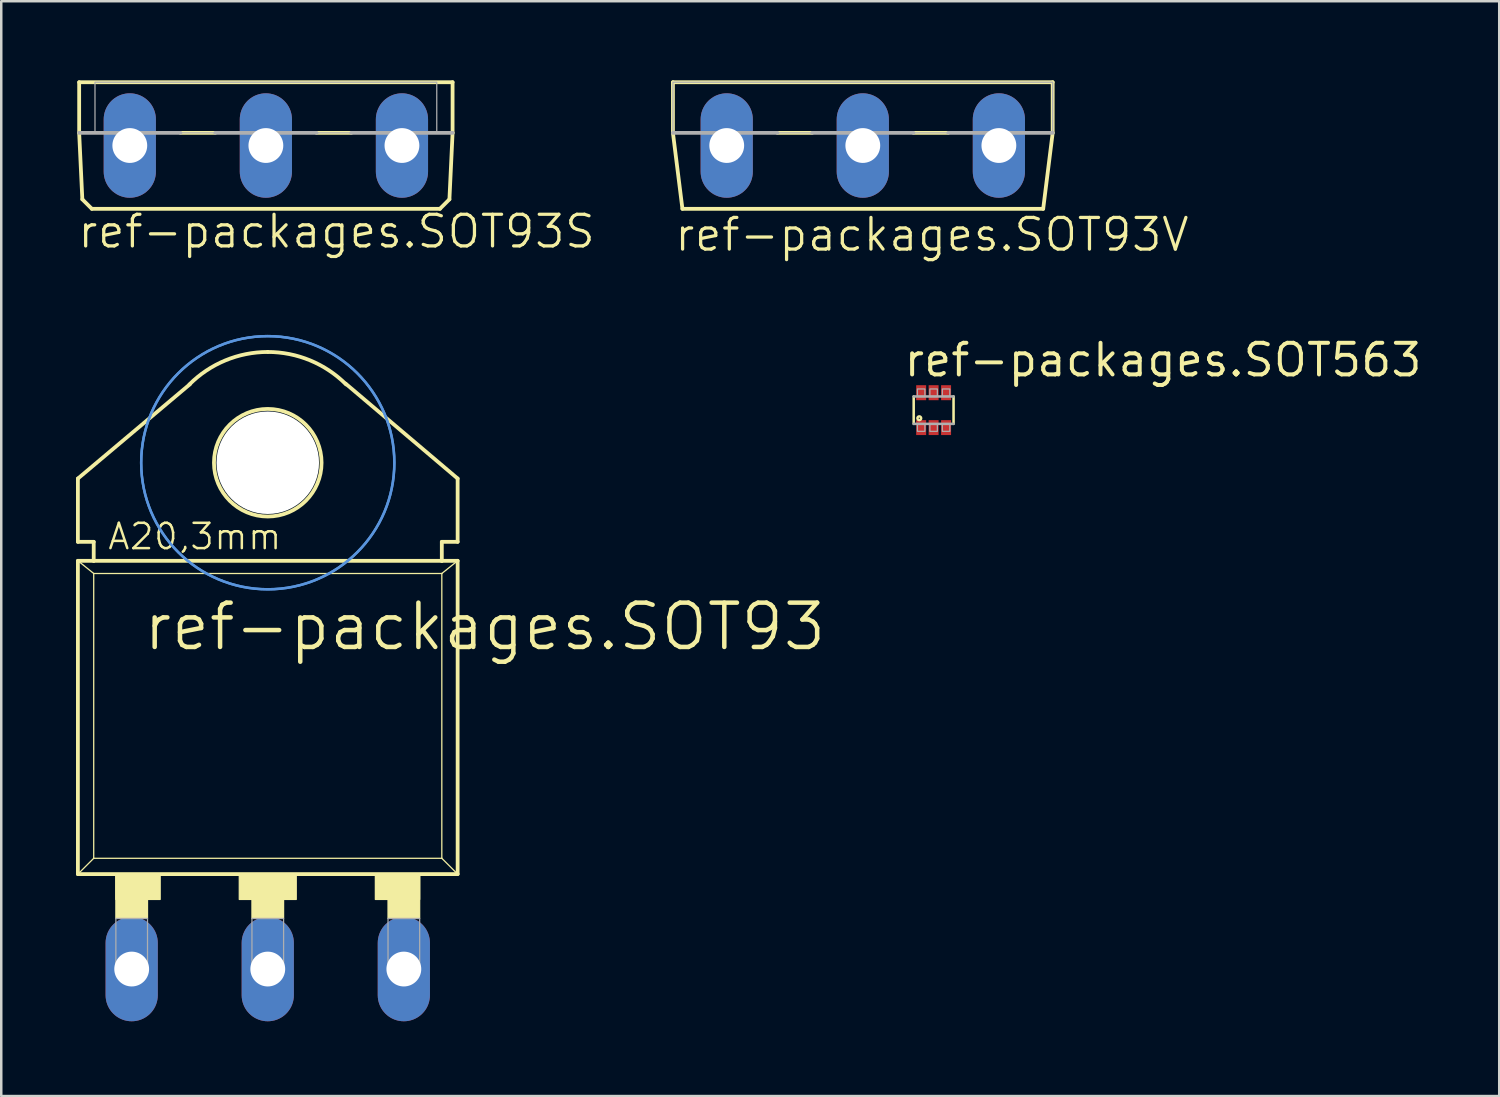
<source format=kicad_pcb>
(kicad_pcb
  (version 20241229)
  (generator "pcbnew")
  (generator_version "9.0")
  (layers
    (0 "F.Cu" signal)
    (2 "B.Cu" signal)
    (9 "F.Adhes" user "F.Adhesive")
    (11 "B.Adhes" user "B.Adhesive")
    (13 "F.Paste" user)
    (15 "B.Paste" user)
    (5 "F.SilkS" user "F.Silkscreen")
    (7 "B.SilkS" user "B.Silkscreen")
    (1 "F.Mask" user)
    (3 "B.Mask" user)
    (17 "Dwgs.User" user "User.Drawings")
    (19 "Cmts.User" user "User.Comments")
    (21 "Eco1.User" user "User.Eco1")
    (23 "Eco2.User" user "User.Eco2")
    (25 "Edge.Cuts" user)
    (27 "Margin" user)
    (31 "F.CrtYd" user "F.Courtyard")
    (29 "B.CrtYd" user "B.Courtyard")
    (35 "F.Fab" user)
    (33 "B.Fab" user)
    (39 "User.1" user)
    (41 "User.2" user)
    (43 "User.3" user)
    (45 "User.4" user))
  (footprint "ref-packages.SOT93"
    (layer "F.Cu")
    (at 7.696 25.68)
    (property "Reference" "ref-packages.SOT93" (at -5.08 -2.54 0) (layer "F.SilkS") (effects (font (size 1.778 1.778) (thickness 0.18)) (justify left bottom)))
    (attr through_hole)
    (fp_line (start -7.62 -9.525) (end -3.124 -13.31) (stroke (width 0.152) (type default)) (layer "F.SilkS"))
    (fp_line (start -7.62 -6.985) (end -7.62 -9.525) (stroke (width 0.152) (type default)) (layer "F.SilkS"))
    (fp_line (start -7.62 6.35) (end -7.62 -6.223) (stroke (width 0.152) (type default)) (layer "F.SilkS"))
    (fp_line (start -7.62 6.35) (end 7.62 6.35) (stroke (width 0.152) (type default)) (layer "F.SilkS"))
    (fp_line (start -6.985 -6.985) (end -7.62 -6.985) (stroke (width 0.152) (type default)) (layer "F.SilkS"))
    (fp_line (start -6.985 -6.223) (end -7.62 -6.223) (stroke (width 0.152) (type default)) (layer "F.SilkS"))
    (fp_line (start -6.985 -6.223) (end -6.985 -6.985) (stroke (width 0.152) (type default)) (layer "F.SilkS"))
    (fp_line (start -6.985 -5.715) (end -7.62 -6.225) (stroke (width 0.051) (type default)) (layer "F.SilkS"))
    (fp_line (start -6.985 5.715) (end -7.62 6.35) (stroke (width 0.051) (type default)) (layer "F.SilkS"))
    (fp_line (start -6.985 5.715) (end -6.985 -5.715) (stroke (width 0.051) (type default)) (layer "F.SilkS"))
    (fp_line (start -6.985 5.715) (end 6.985 5.715) (stroke (width 0.051) (type default)) (layer "F.SilkS"))
    (fp_line (start 6.985 -6.985) (end 7.62 -6.985) (stroke (width 0.152) (type default)) (layer "F.SilkS"))
    (fp_line (start 6.985 -6.223) (end -6.985 -6.223) (stroke (width 0.152) (type default)) (layer "F.SilkS"))
    (fp_line (start 6.985 -6.223) (end 6.985 -6.985) (stroke (width 0.152) (type default)) (layer "F.SilkS"))
    (fp_line (start 6.985 -5.715) (end -6.985 -5.715) (stroke (width 0.051) (type default)) (layer "F.SilkS"))
    (fp_line (start 6.985 -5.715) (end 6.985 5.715) (stroke (width 0.051) (type default)) (layer "F.SilkS"))
    (fp_line (start 6.985 -5.715) (end 7.62 -6.225) (stroke (width 0.051) (type default)) (layer "F.SilkS"))
    (fp_line (start 6.985 5.715) (end 7.62 6.35) (stroke (width 0.051) (type default)) (layer "F.SilkS"))
    (fp_line (start 7.62 -9.525) (end 3.124 -13.335) (stroke (width 0.152) (type default)) (layer "F.SilkS"))
    (fp_line (start 7.62 -6.985) (end 7.62 -9.525) (stroke (width 0.152) (type default)) (layer "F.SilkS"))
    (fp_line (start 7.62 -6.223) (end 6.985 -6.223) (stroke (width 0.152) (type default)) (layer "F.SilkS"))
    (fp_line (start 7.62 -6.223) (end 7.62 6.35) (stroke (width 0.152) (type default)) (layer "F.SilkS"))
    (fp_rect (start -6.096 7.366) (end -4.318 6.35) (stroke (width 0.05) (type default)) (fill yes) (layer "F.SilkS"))
    (fp_rect (start -6.096 8.128) (end -4.826 6.35) (stroke (width 0.05) (type default)) (fill yes) (layer "F.SilkS"))
    (fp_rect (start -1.143 7.366) (end 1.143 6.35) (stroke (width 0.05) (type default)) (fill yes) (layer "F.SilkS"))
    (fp_rect (start -0.635 8.128) (end 0.635 6.35) (stroke (width 0.05) (type default)) (fill yes) (layer "F.SilkS"))
    (fp_rect (start 4.318 7.366) (end 6.096 6.35) (stroke (width 0.05) (type default)) (fill yes) (layer "F.SilkS"))
    (fp_rect (start 4.826 8.128) (end 6.096 6.35) (stroke (width 0.05) (type default)) (fill yes) (layer "F.SilkS"))
    (fp_arc (start -3.1431 -13.3031) (mid -1.701032 -14.266651) (end 0 -14.605) (stroke (width 0.1524) (type default)) (layer "F.SilkS"))
    (fp_arc (start 0 -14.605) (mid 1.701032 -14.266651) (end 3.1431 -13.3031) (stroke (width 0.1524) (type default)) (layer "F.SilkS"))
    (fp_circle (center 0 -10.16) (end 2.159 -10.16) (stroke (width 0.152) (type default)) (fill no) (layer "F.SilkS"))
    (fp_circle (center 0 -10.16) (end 5.08 -10.16) (stroke (width 0.1) (type default)) (fill no) (layer "Cmts.User"))
    (fp_circle (center 0 -10.16) (end 5.08 -10.16) (stroke (width 0.1) (type default)) (fill no) (layer "Cmts.User"))
    (fp_rect (start -6.096 10.287) (end -4.826 8.128) (stroke (width 0.05) (type default)) (fill no) (layer "F.Fab"))
    (fp_rect (start -0.635 10.287) (end 0.635 8.128) (stroke (width 0.05) (type default)) (fill no) (layer "F.Fab"))
    (fp_rect (start 4.826 10.287) (end 6.096 8.128) (stroke (width 0.05) (type default)) (fill no) (layer "F.Fab"))
    (fp_text user "A20,3mm" (at -6.477 -6.604 0) (layer "F.SilkS") (effects (font (size 1.016 1.016) (thickness 0.1)) (justify left bottom)))
    (pad "" np_thru_hole circle (at 0 -10.16) (size 4.115 4.115) (drill 4.115) (layers "*.Cu" "*.Mask"))
    (pad "B" thru_hole oval (at -5.461 10.16 90) (size 4.191 2.095) (drill 1.397) (layers "*.Cu" "*.Mask"))
    (pad "C" thru_hole oval (at 0 10.16 90) (size 4.191 2.095) (drill 1.397) (layers "*.Cu" "*.Mask"))
    (pad "E" thru_hole oval (at 5.461 10.16 90) (size 4.191 2.095) (drill 1.397) (layers "*.Cu" "*.Mask")))
  (footprint "ref-packages.SOT563"
    (layer "F.Cu")
    (at 34.418 13.41)
    (property "Reference" "ref-packages.SOT563" (at -1.27 -1.27 0) (layer "F.SilkS") (effects (font (size 1.27 1.27) (thickness 0.16)) (justify left bottom)))
    (attr smd)
    (fp_line (start -0.8 -0.55) (end -0.8 0.55) (stroke (width 0.102) (type default)) (layer "F.SilkS"))
    (fp_line (start 0.8 0.55) (end 0.8 -0.55) (stroke (width 0.102) (type default)) (layer "F.SilkS"))
    (fp_circle (center -0.575 0.325) (end -0.5 0.325) (stroke (width 0.1) (type default)) (fill no) (layer "F.SilkS"))
    (fp_line (start -0.8 -0.55) (end 0.8 -0.55) (stroke (width 0.102) (type default)) (layer "F.Fab"))
    (fp_line (start -0.8 0.55) (end 0.8 0.55) (stroke (width 0.102) (type default)) (layer "F.Fab"))
    (fp_rect (start -0.65 -0.55) (end -0.35 -0.85) (stroke (width 0.05) (type default)) (fill no) (layer "F.Fab"))
    (fp_rect (start -0.65 0.85) (end -0.35 0.55) (stroke (width 0.05) (type default)) (fill no) (layer "F.Fab"))
    (fp_rect (start -0.15 -0.55) (end 0.15 -0.85) (stroke (width 0.05) (type default)) (fill no) (layer "F.Fab"))
    (fp_rect (start -0.15 0.85) (end 0.15 0.55) (stroke (width 0.05) (type default)) (fill no) (layer "F.Fab"))
    (fp_rect (start 0.35 -0.55) (end 0.65 -0.85) (stroke (width 0.05) (type default)) (fill no) (layer "F.Fab"))
    (fp_rect (start 0.35 0.85) (end 0.65 0.55) (stroke (width 0.05) (type default)) (fill no) (layer "F.Fab"))
    (pad "1" smd roundrect (at -0.5 0.7) (size 0.4 0.6) (layers "F.Cu" "F.Mask" "F.Paste") (roundrect_rratio 0.01))
    (pad "2" smd roundrect (at 0 0.7) (size 0.4 0.6) (layers "F.Cu" "F.Mask" "F.Paste") (roundrect_rratio 0.01))
    (pad "3" smd roundrect (at 0.5 0.7) (size 0.4 0.6) (layers "F.Cu" "F.Mask" "F.Paste") (roundrect_rratio 0.01))
    (pad "4" smd roundrect (at 0.5 -0.7 180) (size 0.4 0.6) (layers "F.Cu" "F.Mask" "F.Paste") (roundrect_rratio 0.01))
    (pad "5" smd roundrect (at 0 -0.7 180) (size 0.4 0.6) (layers "F.Cu" "F.Mask" "F.Paste") (roundrect_rratio 0.01))
    (pad "6" smd roundrect (at -0.5 -0.7 180) (size 0.4 0.6) (layers "F.Cu" "F.Mask" "F.Paste") (roundrect_rratio 0.01)))
  (footprint "ref-packages.SOT93S"
    (layer "F.Cu")
    (at 7.62 0.25)
    (property "Reference" "ref-packages.SOT93S" (at -7.62 6.731 0) (layer "F.SilkS") (effects (font (size 1.27 1.27) (thickness 0.13)) (justify left bottom)))
    (attr through_hole)
    (fp_line (start -7.493 0) (end -7.493 2.032) (stroke (width 0.152) (type default)) (layer "F.SilkS"))
    (fp_line (start -7.493 0) (end 7.493 0) (stroke (width 0.152) (type default)) (layer "F.SilkS"))
    (fp_line (start -7.493 2.032) (end -7.366 4.699) (stroke (width 0.152) (type default)) (layer "F.SilkS"))
    (fp_line (start -7.366 4.699) (end -6.985 5.08) (stroke (width 0.152) (type default)) (layer "F.SilkS"))
    (fp_line (start -2.032 2.032) (end -3.429 2.032) (stroke (width 0.152) (type default)) (layer "F.SilkS"))
    (fp_line (start 3.429 2.032) (end 2.032 2.032) (stroke (width 0.152) (type default)) (layer "F.SilkS"))
    (fp_line (start 6.985 5.08) (end -6.985 5.08) (stroke (width 0.152) (type default)) (layer "F.SilkS"))
    (fp_line (start 7.366 4.699) (end 6.985 5.08) (stroke (width 0.152) (type default)) (layer "F.SilkS"))
    (fp_line (start 7.493 0) (end 7.493 2.032) (stroke (width 0.152) (type default)) (layer "F.SilkS"))
    (fp_line (start 7.493 2.032) (end 7.366 4.699) (stroke (width 0.152) (type default)) (layer "F.SilkS"))
    (fp_line (start -3.429 2.032) (end -7.493 2.032) (stroke (width 0.152) (type default)) (layer "F.Fab"))
    (fp_line (start 2.032 2.032) (end -2.032 2.032) (stroke (width 0.152) (type default)) (layer "F.Fab"))
    (fp_line (start 7.493 2.032) (end 3.429 2.032) (stroke (width 0.152) (type default)) (layer "F.Fab"))
    (fp_rect (start -6.858 2.032) (end 6.858 0) (stroke (width 0.05) (type default)) (fill no) (layer "F.Fab"))
    (pad "A" thru_hole oval (at 0 2.54 90) (size 4.191 2.095) (drill 1.397) (layers "*.Cu" "*.Mask"))
    (pad "C" thru_hole oval (at -5.461 2.54 90) (size 4.191 2.095) (drill 1.397) (layers "*.Cu" "*.Mask"))
    (pad "G" thru_hole oval (at 5.461 2.54 90) (size 4.191 2.095) (drill 1.397) (layers "*.Cu" "*.Mask")))
  (footprint "ref-packages.SOT93V"
    (layer "F.Cu")
    (at 31.576 0.25)
    (property "Reference" "ref-packages.SOT93V" (at -7.62 6.858 0) (layer "F.SilkS") (effects (font (size 1.27 1.27) (thickness 0.13)) (justify left bottom)))
    (attr through_hole)
    (fp_line (start -7.62 0) (end -7.62 2.032) (stroke (width 0.152) (type default)) (layer "F.SilkS"))
    (fp_line (start -7.62 0) (end 7.62 0) (stroke (width 0.152) (type default)) (layer "F.SilkS"))
    (fp_line (start -7.62 2.032) (end -7.239 5.08) (stroke (width 0.152) (type default)) (layer "F.SilkS"))
    (fp_line (start -7.239 5.08) (end 7.239 5.08) (stroke (width 0.152) (type default)) (layer "F.SilkS"))
    (fp_line (start -2.032 2.032) (end -3.429 2.032) (stroke (width 0.152) (type default)) (layer "F.SilkS"))
    (fp_line (start 3.429 2.032) (end 2.032 2.032) (stroke (width 0.152) (type default)) (layer "F.SilkS"))
    (fp_line (start 7.62 0) (end 7.62 2.032) (stroke (width 0.152) (type default)) (layer "F.SilkS"))
    (fp_line (start 7.62 2.032) (end 7.239 5.08) (stroke (width 0.152) (type default)) (layer "F.SilkS"))
    (fp_line (start -3.429 2.032) (end -7.62 2.032) (stroke (width 0.152) (type default)) (layer "F.Fab"))
    (fp_line (start 2.032 2.032) (end -2.032 2.032) (stroke (width 0.152) (type default)) (layer "F.Fab"))
    (fp_line (start 7.62 2.032) (end 3.429 2.032) (stroke (width 0.152) (type default)) (layer "F.Fab"))
    (fp_rect (start -7.62 2.032) (end 7.62 0) (stroke (width 0.05) (type default)) (fill no) (layer "F.Fab"))
    (pad "B" thru_hole oval (at -5.461 2.54 90) (size 4.191 2.095) (drill 1.397) (layers "*.Cu" "*.Mask"))
    (pad "C" thru_hole oval (at 0 2.54 90) (size 4.191 2.095) (drill 1.397) (layers "*.Cu" "*.Mask"))
    (pad "E" thru_hole oval (at 5.461 2.54 90) (size 4.191 2.095) (drill 1.397) (layers "*.Cu" "*.Mask")))
  (gr_rect
    (start -3 -3)
    (end 57.117 40.936)
    (stroke (width 0.1) (type default))
    (fill no)
    (layer "Edge.Cuts")))
</source>
